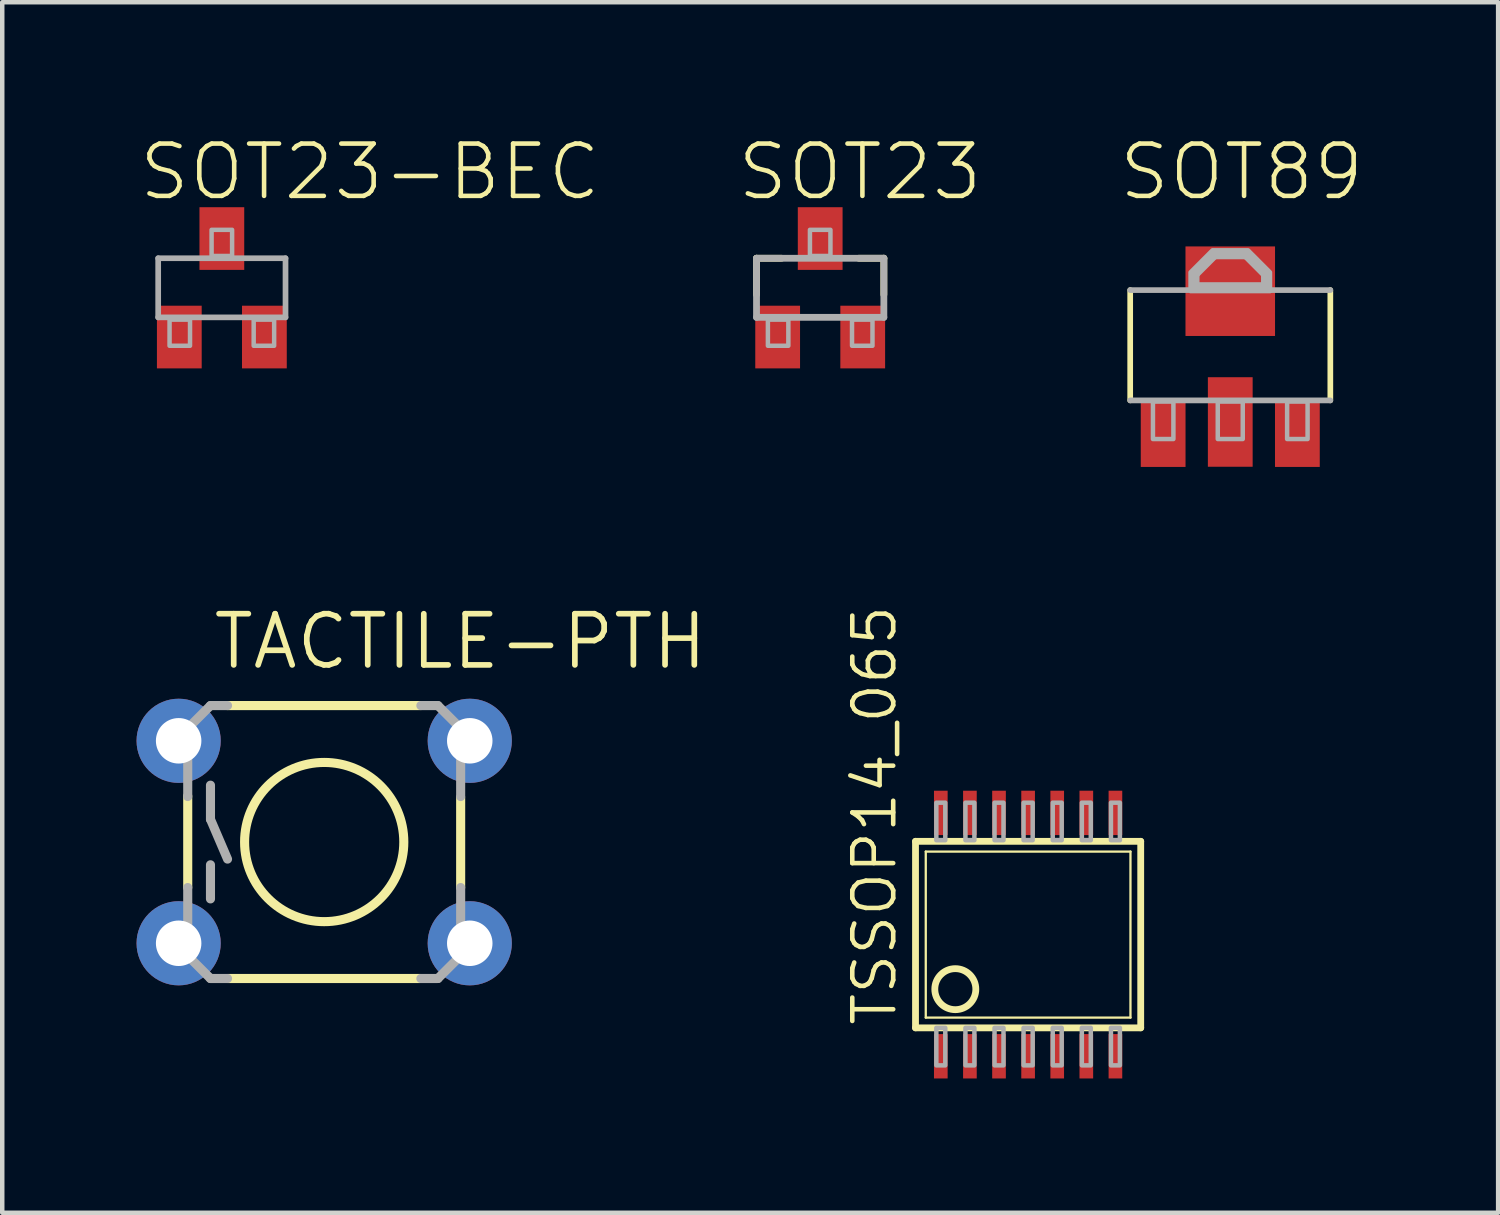
<source format=kicad_pcb>
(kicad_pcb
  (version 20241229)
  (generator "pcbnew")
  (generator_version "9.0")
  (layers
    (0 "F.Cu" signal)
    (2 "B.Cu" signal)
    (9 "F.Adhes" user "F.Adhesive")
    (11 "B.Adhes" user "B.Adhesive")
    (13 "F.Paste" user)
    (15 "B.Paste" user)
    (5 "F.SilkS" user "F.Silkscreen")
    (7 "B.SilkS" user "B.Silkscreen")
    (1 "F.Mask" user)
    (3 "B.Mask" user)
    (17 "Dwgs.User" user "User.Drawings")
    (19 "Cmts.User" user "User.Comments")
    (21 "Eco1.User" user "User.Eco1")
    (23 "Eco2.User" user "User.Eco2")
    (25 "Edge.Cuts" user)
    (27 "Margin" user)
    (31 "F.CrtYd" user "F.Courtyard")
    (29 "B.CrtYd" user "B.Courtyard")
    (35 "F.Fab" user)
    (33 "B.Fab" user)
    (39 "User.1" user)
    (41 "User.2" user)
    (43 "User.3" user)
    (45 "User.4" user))
  (footprint "SOT23-BEC"
    (layer "F.Cu")
    (at 1.905 3.378)
    (property "Reference" "SOT23-BEC" (at -1.905 -1.905 0) (layer "F.SilkS") (effects (font (size 1.168 1.168) (thickness 0.102)) (justify left bottom)))
    (fp_line (start -1.422 -0.66) (end 1.422 -0.66) (stroke (width 0.127) (type solid)) (layer "F.Fab"))
    (fp_line (start -1.422 0.66) (end -1.422 -0.66) (stroke (width 0.127) (type solid)) (layer "F.Fab"))
    (fp_line (start 1.422 -0.66) (end 1.422 0.66) (stroke (width 0.127) (type solid)) (layer "F.Fab"))
    (fp_line (start 1.422 0.66) (end -1.422 0.66) (stroke (width 0.127) (type solid)) (layer "F.Fab"))
    (fp_poly (pts (xy -1.168 1.295) (xy -0.711 1.295) (xy -0.711 0.711) (xy -1.168 0.711)) (stroke (width 0.1) (type solid)) (fill no) (layer "F.Fab"))
    (fp_poly (pts (xy -0.229 -0.711) (xy 0.229 -0.711) (xy 0.229 -1.295) (xy -0.229 -1.295)) (stroke (width 0.1) (type solid)) (fill no) (layer "F.Fab"))
    (fp_poly (pts (xy 0.711 1.295) (xy 1.168 1.295) (xy 1.168 0.711) (xy 0.711 0.711)) (stroke (width 0.1) (type solid)) (fill no) (layer "F.Fab"))
    (pad "B" smd rect (at -0.95 1.1) (size 1 1.4) (layers "F.Cu" "F.Mask" "F.Paste"))
    (pad "C" smd rect (at 0 -1.1) (size 1 1.4) (layers "F.Cu" "F.Mask" "F.Paste"))
    (pad "E" smd rect (at 0.95 1.1) (size 1 1.4) (layers "F.Cu" "F.Mask" "F.Paste")))
  (footprint "TACTILE-PTH"
    (layer "F.Cu")
    (at 4.191 15.757)
    (property "Reference" "TACTILE-PTH" (at -2.54 -3.81 0) (layer "F.SilkS") (effects (font (size 1.143 1.143) (thickness 0.127)) (justify left bottom)))
    (fp_line (start -3.048 -1.028) (end -3.048 1.016) (stroke (width 0.203) (type solid)) (layer "F.SilkS"))
    (fp_line (start -2.159 3.048) (end 2.159 3.048) (stroke (width 0.203) (type solid)) (layer "F.SilkS"))
    (fp_line (start 2.159 -3.048) (end -2.159 -3.048) (stroke (width 0.203) (type solid)) (layer "F.SilkS"))
    (fp_line (start 3.048 -0.998) (end 3.048 1.016) (stroke (width 0.203) (type solid)) (layer "F.SilkS"))
    (fp_circle (center 0 0) (end 1.778 0) (stroke (width 0.203) (type solid)) (fill no) (layer "F.SilkS"))
    (fp_line (start -3.048 -2.54) (end -3.048 -1.016) (stroke (width 0.203) (type solid)) (layer "F.Fab"))
    (fp_line (start -3.048 2.54) (end -3.048 1.016) (stroke (width 0.203) (type solid)) (layer "F.Fab"))
    (fp_line (start -2.54 -3.048) (end -3.048 -2.54) (stroke (width 0.203) (type solid)) (layer "F.Fab"))
    (fp_line (start -2.54 -3.048) (end -2.159 -3.048) (stroke (width 0.203) (type solid)) (layer "F.Fab"))
    (fp_line (start -2.54 -1.27) (end -2.54 -0.508) (stroke (width 0.203) (type solid)) (layer "F.Fab"))
    (fp_line (start -2.54 -0.508) (end -2.159 0.381) (stroke (width 0.203) (type solid)) (layer "F.Fab"))
    (fp_line (start -2.54 0.508) (end -2.54 1.27) (stroke (width 0.203) (type solid)) (layer "F.Fab"))
    (fp_line (start -2.54 3.048) (end -3.048 2.54) (stroke (width 0.203) (type solid)) (layer "F.Fab"))
    (fp_line (start -2.54 3.048) (end -2.159 3.048) (stroke (width 0.203) (type solid)) (layer "F.Fab"))
    (fp_line (start 2.54 -3.048) (end 2.159 -3.048) (stroke (width 0.203) (type solid)) (layer "F.Fab"))
    (fp_line (start 2.54 3.048) (end 2.159 3.048) (stroke (width 0.203) (type solid)) (layer "F.Fab"))
    (fp_line (start 2.54 3.048) (end 3.048 2.54) (stroke (width 0.203) (type solid)) (layer "F.Fab"))
    (fp_line (start 3.048 -2.54) (end 2.54 -3.048) (stroke (width 0.203) (type solid)) (layer "F.Fab"))
    (fp_line (start 3.048 -1.016) (end 3.048 -2.54) (stroke (width 0.203) (type solid)) (layer "F.Fab"))
    (fp_line (start 3.048 2.54) (end 3.048 1.016) (stroke (width 0.203) (type solid)) (layer "F.Fab"))
    (pad "1" thru_hole circle (at -3.251 -2.261) (size 1.88 1.88) (drill 1.016) (layers "*.Cu" "*.Mask"))
    (pad "2" thru_hole circle (at 3.251 -2.261) (size 1.88 1.88) (drill 1.016) (layers "*.Cu" "*.Mask"))
    (pad "3" thru_hole circle (at -3.251 2.261) (size 1.88 1.88) (drill 1.016) (layers "*.Cu" "*.Mask"))
    (pad "4" thru_hole circle (at 3.251 2.261) (size 1.88 1.88) (drill 1.016) (layers "*.Cu" "*.Mask")))
  (footprint "SOT89"
    (layer "F.Cu")
    (at 24.428 4.648)
    (property "Reference" "SOT89" (at -2.54 -3.175 0) (layer "F.SilkS") (effects (font (size 1.168 1.168) (thickness 0.102)) (justify left bottom)))
    (fp_poly (pts (xy -2.025 2.775) (xy -0.975 2.775) (xy -0.975 1.2) (xy -2.025 1.2)) (stroke (width 0) (type solid)) (fill yes) (layer "F.Mask"))
    (fp_poly (pts (xy -0.525 2.775) (xy 0.525 2.775) (xy 0.525 1.2) (xy -0.525 1.2)) (stroke (width 0) (type solid)) (fill yes) (layer "F.Mask"))
    (fp_poly (pts (xy 0.975 2.775) (xy 2.025 2.775) (xy 2.025 1.2) (xy 0.975 1.2)) (stroke (width 0) (type solid)) (fill yes) (layer "F.Mask"))
    (fp_line (start -2.235 1.245) (end -2.235 -1.219) (stroke (width 0.127) (type solid)) (layer "F.SilkS"))
    (fp_line (start 2.235 -1.219) (end 2.235 1.245) (stroke (width 0.127) (type solid)) (layer "F.SilkS"))
    (fp_poly (pts (xy -1.9 2.68) (xy -1.1 2.68) (xy -1.1 1.28) (xy -1.9 1.28)) (stroke (width 0) (type solid)) (fill yes) (layer "F.Paste"))
    (fp_poly (pts (xy -0.9 0) (xy 0.9 0) (xy 0.9 -2.2) (xy -0.9 -2.2)) (stroke (width 0) (type solid)) (fill yes) (layer "F.Paste"))
    (fp_poly (pts (xy -0.4 2.68) (xy 0.4 2.68) (xy 0.4 1.28) (xy -0.4 1.28)) (stroke (width 0) (type solid)) (fill yes) (layer "F.Paste"))
    (fp_poly (pts (xy 1.1 2.68) (xy 1.9 2.68) (xy 1.9 1.28) (xy 1.1 1.28)) (stroke (width 0) (type solid)) (fill yes) (layer "F.Paste"))
    (fp_line (start -2.235 -1.219) (end 2.235 -1.219) (stroke (width 0.127) (type solid)) (layer "F.Fab"))
    (fp_line (start -0.787 -1.575) (end -0.356 -2.007) (stroke (width 0.2) (type solid)) (layer "F.Fab"))
    (fp_line (start -0.787 -1.295) (end -0.787 -1.575) (stroke (width 0.2) (type solid)) (layer "F.Fab"))
    (fp_line (start -0.356 -2.007) (end 0.356 -2.007) (stroke (width 0.2) (type solid)) (layer "F.Fab"))
    (fp_line (start 0.356 -2.007) (end 0.787 -1.575) (stroke (width 0.2) (type solid)) (layer "F.Fab"))
    (fp_line (start 0.787 -1.575) (end 0.787 -1.295) (stroke (width 0.2) (type solid)) (layer "F.Fab"))
    (fp_line (start 0.787 -1.295) (end -0.787 -1.295) (stroke (width 0.2) (type solid)) (layer "F.Fab"))
    (fp_line (start 2.235 1.245) (end -2.235 1.245) (stroke (width 0.127) (type solid)) (layer "F.Fab"))
    (fp_poly (pts (xy -1.727 2.108) (xy -1.27 2.108) (xy -1.27 1.27) (xy -1.727 1.27)) (stroke (width 0.1) (type solid)) (fill no) (layer "F.Fab"))
    (fp_poly (pts (xy -0.279 2.108) (xy 0.279 2.108) (xy 0.279 1.27) (xy -0.279 1.27)) (stroke (width 0.1) (type solid)) (fill no) (layer "F.Fab"))
    (fp_poly (pts (xy 1.27 2.108) (xy 1.727 2.108) (xy 1.727 1.27) (xy 1.27 1.27)) (stroke (width 0.1) (type solid)) (fill no) (layer "F.Fab"))
    (fp_poly (pts (xy 0.887 -1.616) (xy 0.887 -1.196) (xy -0.887 -1.196) (xy -0.887 -1.616) (xy -0.397 -2.107) (xy 0.397 -2.107)) (stroke (width 0.1) (type solid)) (fill no) (layer "F.Fab"))
    (pad "1" smd rect (at -1.499 1.981) (size 1 1.5) (layers "F.Cu"))
    (pad "2" smd rect (at 0 1.727) (size 1 2) (layers "F.Cu"))
    (pad "2@1" smd rect (at 0 -1.194 90) (size 2 2) (layers "F.Cu" "F.Mask"))
    (pad "3" smd rect (at 1.499 1.981) (size 1 1.5) (layers "F.Cu")))
  (footprint "SOT23"
    (layer "F.Cu")
    (at 15.269 3.378)
    (property "Reference" "SOT23" (at -1.905 -1.905 0) (layer "F.SilkS") (effects (font (size 1.168 1.168) (thickness 0.102)) (justify left bottom)))
    (fp_line (start -1.422 -0.66) (end -0.864 -0.66) (stroke (width 0.152) (type solid)) (layer "F.SilkS"))
    (fp_line (start -1.422 0.152) (end -1.422 -0.66) (stroke (width 0.152) (type solid)) (layer "F.SilkS"))
    (fp_line (start 0.864 -0.66) (end 1.422 -0.66) (stroke (width 0.152) (type solid)) (layer "F.SilkS"))
    (fp_line (start 1.422 -0.66) (end 1.422 0.152) (stroke (width 0.152) (type solid)) (layer "F.SilkS"))
    (fp_line (start -1.422 -0.66) (end 1.422 -0.66) (stroke (width 0.152) (type solid)) (layer "F.Fab"))
    (fp_line (start -1.422 0.66) (end -1.422 -0.66) (stroke (width 0.152) (type solid)) (layer "F.Fab"))
    (fp_line (start 1.422 -0.66) (end 1.422 0.66) (stroke (width 0.152) (type solid)) (layer "F.Fab"))
    (fp_line (start 1.422 0.66) (end -1.422 0.66) (stroke (width 0.152) (type solid)) (layer "F.Fab"))
    (fp_poly (pts (xy -1.168 1.295) (xy -0.711 1.295) (xy -0.711 0.711) (xy -1.168 0.711)) (stroke (width 0.1) (type solid)) (fill no) (layer "F.Fab"))
    (fp_poly (pts (xy -0.229 -0.711) (xy 0.229 -0.711) (xy 0.229 -1.295) (xy -0.229 -1.295)) (stroke (width 0.1) (type solid)) (fill no) (layer "F.Fab"))
    (fp_poly (pts (xy 0.711 1.295) (xy 1.168 1.295) (xy 1.168 0.711) (xy 0.711 0.711)) (stroke (width 0.1) (type solid)) (fill no) (layer "F.Fab"))
    (pad "1" smd rect (at -0.95 1.1) (size 1 1.4) (layers "F.Cu" "F.Mask" "F.Paste"))
    (pad "2" smd rect (at 0.95 1.1) (size 1 1.4) (layers "F.Cu" "F.Mask" "F.Paste"))
    (pad "3" smd rect (at 0 -1.1) (size 1 1.4) (layers "F.Cu" "F.Mask" "F.Paste")))
  (footprint "TSSOP14_065"
    (layer "F.Cu")
    (at 19.913 17.824)
    (property "Reference" "TSSOP14_065" (at -2.896 2.083 90) (layer "F.SilkS") (effects (font (size 0.914 0.914) (thickness 0.102)) (justify left bottom)))
    (fp_line (start -2.515 2.083) (end -2.515 -2.083) (stroke (width 0.152) (type solid)) (layer "F.SilkS"))
    (fp_line (start -2.515 2.083) (end 2.515 2.083) (stroke (width 0.152) (type solid)) (layer "F.SilkS"))
    (fp_line (start -2.286 1.854) (end -2.286 -1.854) (stroke (width 0.051) (type solid)) (layer "F.SilkS"))
    (fp_line (start -2.286 1.854) (end 2.286 1.854) (stroke (width 0.051) (type solid)) (layer "F.SilkS"))
    (fp_line (start 2.286 -1.854) (end -2.286 -1.854) (stroke (width 0.051) (type solid)) (layer "F.SilkS"))
    (fp_line (start 2.286 -1.854) (end 2.286 1.854) (stroke (width 0.051) (type solid)) (layer "F.SilkS"))
    (fp_line (start 2.515 -2.083) (end -2.515 -2.083) (stroke (width 0.152) (type solid)) (layer "F.SilkS"))
    (fp_line (start 2.515 -2.083) (end 2.515 2.083) (stroke (width 0.152) (type solid)) (layer "F.SilkS"))
    (fp_circle (center -1.626 1.219) (end -1.168 1.219) (stroke (width 0.152) (type solid)) (fill no) (layer "F.SilkS"))
    (fp_poly (pts (xy -2.05 -2.108) (xy -1.85 -2.108) (xy -1.85 -2.946) (xy -2.05 -2.946)) (stroke (width 0.1) (type solid)) (fill no) (layer "F.Fab"))
    (fp_poly (pts (xy -2.05 2.921) (xy -1.85 2.921) (xy -1.85 2.083) (xy -2.05 2.083)) (stroke (width 0.1) (type solid)) (fill no) (layer "F.Fab"))
    (fp_poly (pts (xy -1.4 -2.108) (xy -1.2 -2.108) (xy -1.2 -2.946) (xy -1.4 -2.946)) (stroke (width 0.1) (type solid)) (fill no) (layer "F.Fab"))
    (fp_poly (pts (xy -1.4 2.921) (xy -1.2 2.921) (xy -1.2 2.083) (xy -1.4 2.083)) (stroke (width 0.1) (type solid)) (fill no) (layer "F.Fab"))
    (fp_poly (pts (xy -0.75 -2.108) (xy -0.55 -2.108) (xy -0.55 -2.946) (xy -0.75 -2.946)) (stroke (width 0.1) (type solid)) (fill no) (layer "F.Fab"))
    (fp_poly (pts (xy -0.75 2.921) (xy -0.55 2.921) (xy -0.55 2.083) (xy -0.75 2.083)) (stroke (width 0.1) (type solid)) (fill no) (layer "F.Fab"))
    (fp_poly (pts (xy -0.102 -2.108) (xy 0.102 -2.108) (xy 0.102 -2.946) (xy -0.102 -2.946)) (stroke (width 0.1) (type solid)) (fill no) (layer "F.Fab"))
    (fp_poly (pts (xy -0.102 2.921) (xy 0.102 2.921) (xy 0.102 2.083) (xy -0.102 2.083)) (stroke (width 0.1) (type solid)) (fill no) (layer "F.Fab"))
    (fp_poly (pts (xy 0.55 -2.108) (xy 0.75 -2.108) (xy 0.75 -2.946) (xy 0.55 -2.946)) (stroke (width 0.1) (type solid)) (fill no) (layer "F.Fab"))
    (fp_poly (pts (xy 0.55 2.921) (xy 0.75 2.921) (xy 0.75 2.083) (xy 0.55 2.083)) (stroke (width 0.1) (type solid)) (fill no) (layer "F.Fab"))
    (fp_poly (pts (xy 1.2 -2.108) (xy 1.4 -2.108) (xy 1.4 -2.946) (xy 1.2 -2.946)) (stroke (width 0.1) (type solid)) (fill no) (layer "F.Fab"))
    (fp_poly (pts (xy 1.2 2.921) (xy 1.4 2.921) (xy 1.4 2.083) (xy 1.2 2.083)) (stroke (width 0.1) (type solid)) (fill no) (layer "F.Fab"))
    (fp_poly (pts (xy 1.85 -2.108) (xy 2.05 -2.108) (xy 2.05 -2.946) (xy 1.85 -2.946)) (stroke (width 0.1) (type solid)) (fill no) (layer "F.Fab"))
    (fp_poly (pts (xy 1.85 2.921) (xy 2.05 2.921) (xy 2.05 2.083) (xy 1.85 2.083)) (stroke (width 0.1) (type solid)) (fill no) (layer "F.Fab"))
    (pad "1" smd rect (at -1.95 2.718) (size 0.305 0.991) (layers "F.Cu" "F.Mask" "F.Paste"))
    (pad "2" smd rect (at -1.3 2.718) (size 0.305 0.991) (layers "F.Cu" "F.Mask" "F.Paste"))
    (pad "3" smd rect (at -0.65 2.718) (size 0.305 0.991) (layers "F.Cu" "F.Mask" "F.Paste"))
    (pad "4" smd rect (at 0 2.718) (size 0.305 0.991) (layers "F.Cu" "F.Mask" "F.Paste"))
    (pad "5" smd rect (at 0.65 2.718) (size 0.305 0.991) (layers "F.Cu" "F.Mask" "F.Paste"))
    (pad "6" smd rect (at 1.3 2.718) (size 0.305 0.991) (layers "F.Cu" "F.Mask" "F.Paste"))
    (pad "7" smd rect (at 1.95 2.718) (size 0.305 0.991) (layers "F.Cu" "F.Mask" "F.Paste"))
    (pad "8" smd rect (at 1.95 -2.718) (size 0.305 0.991) (layers "F.Cu" "F.Mask" "F.Paste"))
    (pad "9" smd rect (at 1.3 -2.718) (size 0.305 0.991) (layers "F.Cu" "F.Mask" "F.Paste"))
    (pad "10" smd rect (at 0.65 -2.718) (size 0.305 0.991) (layers "F.Cu" "F.Mask" "F.Paste"))
    (pad "11" smd rect (at 0 -2.718) (size 0.305 0.991) (layers "F.Cu" "F.Mask" "F.Paste"))
    (pad "12" smd rect (at -0.65 -2.718) (size 0.305 0.991) (layers "F.Cu" "F.Mask" "F.Paste"))
    (pad "13" smd rect (at -1.3 -2.718) (size 0.305 0.991) (layers "F.Cu" "F.Mask" "F.Paste"))
    (pad "14" smd rect (at -1.95 -2.718) (size 0.305 0.991) (layers "F.Cu" "F.Mask" "F.Paste")))
  (gr_rect
    (start -3 -3)
    (end 30.411 24.037)
    (stroke (width 0.1) (type default))
    (fill no)
    (layer "Edge.Cuts")))
</source>
